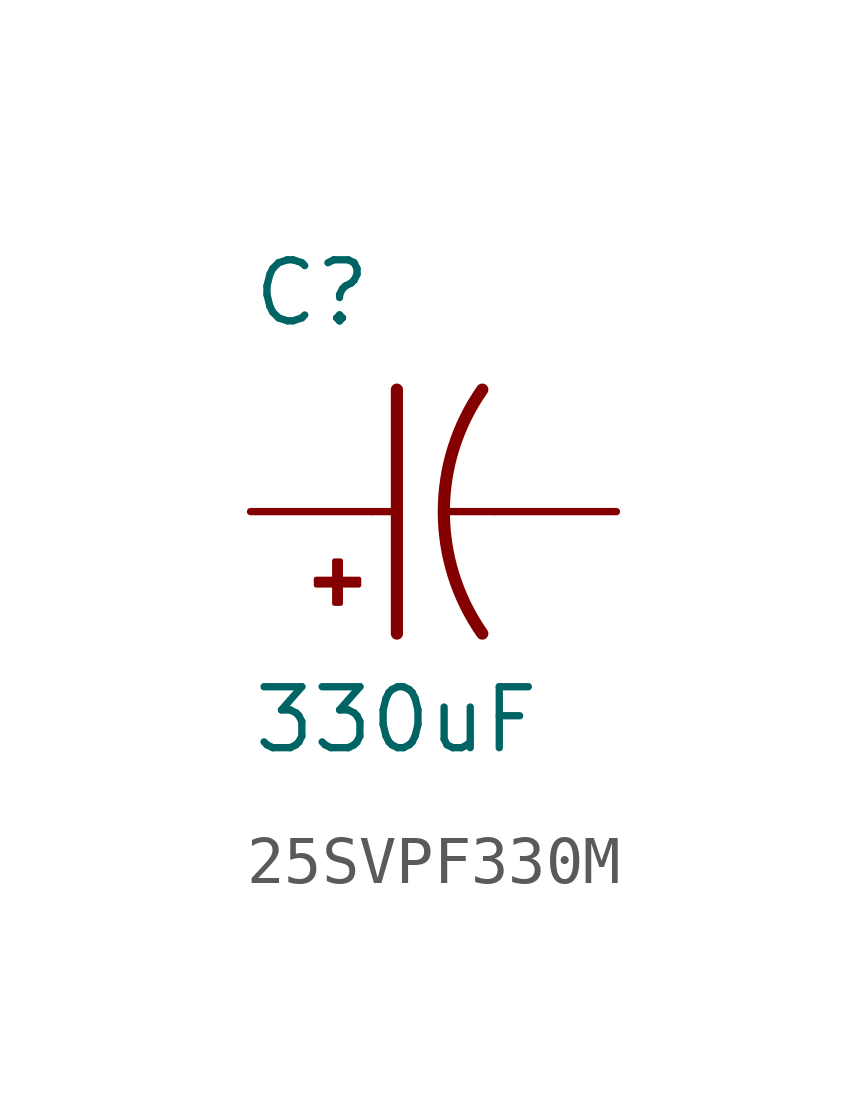
<source format=kicad_sym>
(kicad_symbol_lib
  (version 20231120)
  (generator "kicad_symbol_editor")
  (generator_version "8.0")
  (symbol "25SVPF330M"
    (pin_numbers hide)
    (pin_names
      (offset 1.016))
    (property "Reference" "C"
      (at -2.54 3.81 0)
      (effects (font (size 1.27 1.27)) (justify left bottom)))
    (property "Value" "330uF"
      (at -2.54 -5.08 0)
      (effects (font (size 1.27 1.27)) (justify left bottom)))
    (symbol "25SVPF330M_0_0"
      (rectangle (start -1.173 -1.532) (end -0.284 -1.405) (stroke (width 0.1) (type default)) (fill (type outline)))
      (rectangle (start -0.792 -1.913) (end -0.665 -1.024) (stroke (width 0.1) (type default)) (fill (type outline)))
      (polyline (pts (xy 0 0) (xy 0.508 0)) (stroke (width 0.152) (type default)) (fill (type none)))
      (polyline (pts (xy 0.508 0) (xy 0.508 -2.54)) (stroke (width 0.254) (type default)) (fill (type none)))
      (polyline (pts (xy 0.508 2.54) (xy 0.508 0)) (stroke (width 0.254) (type default)) (fill (type none)))
      (polyline (pts (xy 2.54 0) (xy 1.524 0)) (stroke (width 0.152) (type default)) (fill (type none)))
      (arc (start 2.286 2.54) (mid 1.4851 0) (end 2.286 -2.54) (stroke (width 0.254) (type default)) (fill (type none)))
      (pin passive line (at -2.54 0 0) (length 2.54) (name "~" (effects (font (size 1.016 1.016)))) (number "1" (effects (font (size 1.016 1.016)))))
      (pin passive line (at 5.08 0 180) (length 2.54) (name "~" (effects (font (size 1.016 1.016)))) (number "2" (effects (font (size 1.016 1.016))))))))
</source>
